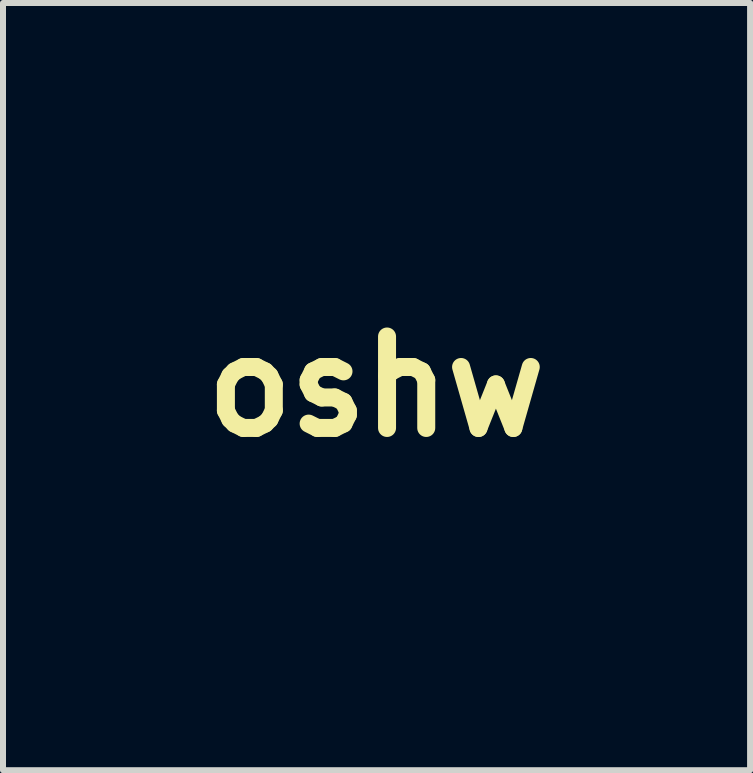
<source format=kicad_pcb>
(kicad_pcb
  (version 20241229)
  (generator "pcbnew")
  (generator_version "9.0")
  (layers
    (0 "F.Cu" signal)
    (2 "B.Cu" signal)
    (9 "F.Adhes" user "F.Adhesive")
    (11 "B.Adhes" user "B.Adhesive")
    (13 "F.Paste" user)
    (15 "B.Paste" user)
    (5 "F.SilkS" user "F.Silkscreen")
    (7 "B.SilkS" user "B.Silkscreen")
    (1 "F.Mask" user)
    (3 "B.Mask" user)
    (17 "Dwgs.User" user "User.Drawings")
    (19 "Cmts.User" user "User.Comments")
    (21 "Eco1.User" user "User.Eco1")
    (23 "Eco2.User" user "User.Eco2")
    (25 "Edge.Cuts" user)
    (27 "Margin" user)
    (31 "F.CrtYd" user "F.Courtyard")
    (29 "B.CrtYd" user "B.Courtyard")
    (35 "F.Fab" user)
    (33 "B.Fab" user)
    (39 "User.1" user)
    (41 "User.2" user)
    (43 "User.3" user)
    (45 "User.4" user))
  (footprint "oshw"
    (layer "F.Cu")
    (at 3.218 3.392)
    (property "Reference" "oshw" (at 0 0 0) (layer "F.SilkS") (effects (font (size 1.524 1.524) (thickness 0.3))))
    (attr through_hole)
    (fp_poly (pts (xy 2.013 1.641) (xy 2.044 1.65) (xy 2.073 1.661) (xy 2.096 1.673) (xy 2.107 1.684) (xy 2.108 1.687) (xy 2.103 1.697) (xy 2.09 1.717) (xy 2.07 1.742) (xy 2.061 1.754) (xy 2.014 1.811) (xy 1.979 1.794) (xy 1.936 1.78) (xy 1.893 1.782) (xy 1.854 1.798) (xy 1.822 1.827) (xy 1.81 1.846) (xy 1.805 1.857) (xy 1.802 1.87) (xy 1.799 1.889) (xy 1.797 1.914) (xy 1.796 1.948) (xy 1.795 1.994) (xy 1.795 2.053) (xy 1.795 2.098) (xy 1.795 2.32) (xy 1.651 2.32) (xy 1.651 1.643) (xy 1.795 1.643) (xy 1.795 1.702) (xy 1.828 1.678) (xy 1.881 1.649) (xy 1.941 1.636) (xy 1.984 1.636) (xy 2.013 1.641)) (stroke (width 0.01) (type solid)) (fill yes) (layer "F.Mask"))
    (fp_poly (pts (xy 1.872 2.709) (xy 1.917 2.729) (xy 1.949 2.749) (xy 1.9 2.807) (xy 1.878 2.834) (xy 1.861 2.855) (xy 1.85 2.867) (xy 1.848 2.87) (xy 1.84 2.868) (xy 1.821 2.861) (xy 1.807 2.854) (xy 1.763 2.84) (xy 1.722 2.842) (xy 1.684 2.862) (xy 1.648 2.897) (xy 1.647 2.899) (xy 1.642 2.907) (xy 1.638 2.916) (xy 1.635 2.929) (xy 1.633 2.947) (xy 1.631 2.973) (xy 1.629 3.008) (xy 1.629 3.056) (xy 1.628 3.117) (xy 1.627 3.154) (xy 1.625 3.387) (xy 1.482 3.387) (xy 1.482 2.701) (xy 1.626 2.701) (xy 1.626 2.772) (xy 1.649 2.75) (xy 1.676 2.728) (xy 1.704 2.714) (xy 1.74 2.703) (xy 1.754 2.701) (xy 1.814 2.697) (xy 1.872 2.709)) (stroke (width 0.01) (type solid)) (fill yes) (layer "F.Mask"))
    (fp_poly (pts (xy 1.109 1.861) (xy 1.109 1.928) (xy 1.109 1.98) (xy 1.11 2.02) (xy 1.111 2.049) (xy 1.113 2.071) (xy 1.116 2.087) (xy 1.12 2.099) (xy 1.125 2.111) (xy 1.128 2.117) (xy 1.156 2.152) (xy 1.19 2.175) (xy 1.229 2.184) (xy 1.269 2.18) (xy 1.307 2.163) (xy 1.339 2.133) (xy 1.35 2.117) (xy 1.355 2.107) (xy 1.359 2.095) (xy 1.363 2.08) (xy 1.365 2.06) (xy 1.367 2.031) (xy 1.368 1.992) (xy 1.369 1.941) (xy 1.37 1.876) (xy 1.37 1.865) (xy 1.373 1.643) (xy 1.507 1.643) (xy 1.507 2.32) (xy 1.372 2.32) (xy 1.372 2.251) (xy 1.338 2.28) (xy 1.289 2.311) (xy 1.235 2.327) (xy 1.177 2.328) (xy 1.118 2.313) (xy 1.091 2.301) (xy 1.04 2.266) (xy 1.002 2.221) (xy 0.978 2.166) (xy 0.974 2.15) (xy 0.972 2.129) (xy 0.969 2.093) (xy 0.967 2.045) (xy 0.966 1.987) (xy 0.965 1.921) (xy 0.965 1.875) (xy 0.965 1.643) (xy 1.109 1.643) (xy 1.109 1.861)) (stroke (width 0.01) (type solid)) (fill yes) (layer "F.Mask"))
    (fp_poly (pts (xy -0.89 2.698) (xy -0.833 2.713) (xy -0.815 2.721) (xy -0.791 2.734) (xy -0.775 2.744) (xy -0.77 2.748) (xy -0.775 2.757) (xy -0.789 2.774) (xy -0.807 2.797) (xy -0.827 2.821) (xy -0.846 2.844) (xy -0.862 2.861) (xy -0.87 2.87) (xy -0.871 2.87) (xy -0.88 2.867) (xy -0.9 2.858) (xy -0.912 2.853) (xy -0.955 2.84) (xy -0.997 2.843) (xy -1.035 2.862) (xy -1.066 2.894) (xy -1.073 2.907) (xy -1.078 2.917) (xy -1.081 2.931) (xy -1.084 2.949) (xy -1.086 2.976) (xy -1.088 3.012) (xy -1.089 3.059) (xy -1.09 3.121) (xy -1.091 3.16) (xy -1.093 3.387) (xy -1.159 3.387) (xy -1.191 3.386) (xy -1.216 3.384) (xy -1.23 3.382) (xy -1.23 3.381) (xy -1.232 3.372) (xy -1.233 3.347) (xy -1.234 3.309) (xy -1.235 3.26) (xy -1.235 3.201) (xy -1.236 3.135) (xy -1.236 3.062) (xy -1.236 3.038) (xy -1.236 2.701) (xy -1.092 2.701) (xy -1.092 2.768) (xy -1.054 2.739) (xy -1.004 2.712) (xy -0.949 2.698) (xy -0.89 2.698)) (stroke (width 0.01) (type solid)) (fill yes) (layer "F.Mask"))
    (fp_poly (pts (xy -0.885 1.64) (xy -0.876 1.643) (xy -0.829 1.663) (xy -0.785 1.696) (xy -0.75 1.736) (xy -0.737 1.758) (xy -0.731 1.77) (xy -0.726 1.781) (xy -0.722 1.794) (xy -0.719 1.811) (xy -0.717 1.833) (xy -0.716 1.863) (xy -0.715 1.902) (xy -0.714 1.953) (xy -0.713 2.018) (xy -0.713 2.06) (xy -0.71 2.32) (xy -0.855 2.32) (xy -0.855 2.102) (xy -0.855 2.035) (xy -0.855 1.983) (xy -0.856 1.943) (xy -0.857 1.913) (xy -0.859 1.892) (xy -0.862 1.875) (xy -0.866 1.862) (xy -0.872 1.85) (xy -0.874 1.845) (xy -0.9 1.809) (xy -0.934 1.787) (xy -0.977 1.78) (xy -0.993 1.781) (xy -1.038 1.791) (xy -1.073 1.815) (xy -1.094 1.846) (xy -1.099 1.857) (xy -1.102 1.87) (xy -1.105 1.889) (xy -1.107 1.914) (xy -1.108 1.948) (xy -1.109 1.994) (xy -1.109 2.053) (xy -1.109 2.098) (xy -1.109 2.32) (xy -1.253 2.32) (xy -1.253 1.643) (xy -1.109 1.643) (xy -1.109 1.705) (xy -1.09 1.687) (xy -1.048 1.659) (xy -0.996 1.641) (xy -0.94 1.635) (xy -0.885 1.64)) (stroke (width 0.01) (type solid)) (fill yes) (layer "F.Mask"))
    (fp_poly (pts (xy 2.428 1.636) (xy 2.495 1.652) (xy 2.558 1.681) (xy 2.617 1.725) (xy 2.618 1.726) (xy 2.633 1.741) (xy 2.641 1.752) (xy 2.642 1.753) (xy 2.636 1.761) (xy 2.62 1.777) (xy 2.597 1.798) (xy 2.591 1.803) (xy 2.54 1.847) (xy 2.513 1.824) (xy 2.465 1.794) (xy 2.414 1.779) (xy 2.363 1.781) (xy 2.323 1.794) (xy 2.286 1.818) (xy 2.26 1.853) (xy 2.243 1.899) (xy 2.236 1.958) (xy 2.235 1.981) (xy 2.24 2.045) (xy 2.253 2.095) (xy 2.276 2.134) (xy 2.309 2.161) (xy 2.323 2.168) (xy 2.375 2.183) (xy 2.426 2.181) (xy 2.476 2.163) (xy 2.512 2.138) (xy 2.54 2.115) (xy 2.591 2.16) (xy 2.615 2.181) (xy 2.632 2.199) (xy 2.641 2.209) (xy 2.642 2.21) (xy 2.635 2.221) (xy 2.617 2.238) (xy 2.592 2.258) (xy 2.564 2.277) (xy 2.535 2.294) (xy 2.523 2.3) (xy 2.468 2.319) (xy 2.405 2.327) (xy 2.34 2.323) (xy 2.289 2.311) (xy 2.231 2.284) (xy 2.193 2.255) (xy 2.152 2.211) (xy 2.122 2.161) (xy 2.103 2.102) (xy 2.093 2.034) (xy 2.093 1.955) (xy 2.099 1.889) (xy 2.11 1.835) (xy 2.128 1.79) (xy 2.156 1.749) (xy 2.184 1.718) (xy 2.237 1.676) (xy 2.297 1.649) (xy 2.362 1.635) (xy 2.428 1.636)) (stroke (width 0.01) (type solid)) (fill yes) (layer "F.Mask"))
    (fp_poly (pts (xy -0.229 3.387) (xy -0.373 3.387) (xy -0.373 3.316) (xy -0.392 3.334) (xy -0.433 3.362) (xy -0.484 3.38) (xy -0.54 3.387) (xy -0.595 3.383) (xy -0.647 3.367) (xy -0.65 3.365) (xy -0.7 3.331) (xy -0.737 3.287) (xy -0.757 3.243) (xy -0.767 3.203) (xy -0.773 3.152) (xy -0.776 3.094) (xy -0.776 3.058) (xy -0.632 3.058) (xy -0.628 3.108) (xy -0.618 3.161) (xy -0.603 3.199) (xy -0.58 3.224) (xy -0.548 3.238) (xy -0.506 3.243) (xy -0.505 3.243) (xy -0.475 3.24) (xy -0.448 3.234) (xy -0.441 3.23) (xy -0.418 3.214) (xy -0.4 3.189) (xy -0.388 3.154) (xy -0.38 3.107) (xy -0.376 3.059) (xy -0.377 3.009) (xy -0.381 2.961) (xy -0.389 2.921) (xy -0.401 2.893) (xy -0.402 2.891) (xy -0.429 2.861) (xy -0.466 2.845) (xy -0.504 2.841) (xy -0.549 2.847) (xy -0.584 2.866) (xy -0.606 2.891) (xy -0.618 2.919) (xy -0.626 2.959) (xy -0.631 3.007) (xy -0.632 3.058) (xy -0.776 3.058) (xy -0.776 3.032) (xy -0.774 2.971) (xy -0.769 2.913) (xy -0.762 2.864) (xy -0.752 2.826) (xy -0.746 2.813) (xy -0.713 2.766) (xy -0.668 2.73) (xy -0.614 2.707) (xy -0.553 2.698) (xy -0.55 2.698) (xy -0.495 2.704) (xy -0.443 2.721) (xy -0.4 2.746) (xy -0.392 2.754) (xy -0.373 2.772) (xy -0.373 2.43) (xy -0.229 2.43) (xy -0.229 3.387)) (stroke (width 0.01) (type solid)) (fill yes) (layer "F.Mask"))
    (fp_poly (pts (xy 2.284 2.703) (xy 2.344 2.723) (xy 2.381 2.743) (xy 2.427 2.782) (xy 2.461 2.831) (xy 2.484 2.889) (xy 2.496 2.96) (xy 2.498 3.01) (xy 2.498 3.099) (xy 2.081 3.099) (xy 2.087 3.131) (xy 2.103 3.178) (xy 2.132 3.215) (xy 2.171 3.239) (xy 2.221 3.25) (xy 2.237 3.251) (xy 2.277 3.247) (xy 2.316 3.235) (xy 2.347 3.218) (xy 2.361 3.206) (xy 2.37 3.197) (xy 2.38 3.193) (xy 2.393 3.197) (xy 2.411 3.209) (xy 2.437 3.231) (xy 2.46 3.251) (xy 2.491 3.278) (xy 2.467 3.303) (xy 2.447 3.32) (xy 2.417 3.339) (xy 2.388 3.355) (xy 2.36 3.368) (xy 2.337 3.376) (xy 2.311 3.381) (xy 2.279 3.383) (xy 2.248 3.384) (xy 2.21 3.384) (xy 2.175 3.383) (xy 2.15 3.381) (xy 2.142 3.379) (xy 2.08 3.35) (xy 2.026 3.308) (xy 1.986 3.257) (xy 1.964 3.207) (xy 1.949 3.147) (xy 1.942 3.079) (xy 1.943 3.008) (xy 1.946 2.98) (xy 2.081 2.98) (xy 2.354 2.98) (xy 2.354 2.961) (xy 2.347 2.927) (xy 2.327 2.892) (xy 2.3 2.862) (xy 2.278 2.846) (xy 2.234 2.832) (xy 2.191 2.834) (xy 2.152 2.849) (xy 2.12 2.877) (xy 2.096 2.916) (xy 2.087 2.949) (xy 2.081 2.98) (xy 1.946 2.98) (xy 1.952 2.938) (xy 1.968 2.873) (xy 1.979 2.845) (xy 2.011 2.793) (xy 2.053 2.752) (xy 2.104 2.722) (xy 2.162 2.703) (xy 2.222 2.697) (xy 2.284 2.703)) (stroke (width 0.01) (type solid)) (fill yes) (layer "F.Mask"))
    (fp_poly (pts (xy 0.597 1.636) (xy 0.666 1.648) (xy 0.727 1.675) (xy 0.778 1.714) (xy 0.819 1.767) (xy 0.833 1.794) (xy 0.839 1.81) (xy 0.844 1.826) (xy 0.847 1.846) (xy 0.849 1.873) (xy 0.851 1.909) (xy 0.851 1.958) (xy 0.851 1.981) (xy 0.851 2.036) (xy 0.85 2.077) (xy 0.848 2.107) (xy 0.846 2.129) (xy 0.841 2.147) (xy 0.836 2.162) (xy 0.833 2.169) (xy 0.797 2.227) (xy 0.751 2.272) (xy 0.695 2.303) (xy 0.63 2.321) (xy 0.595 2.325) (xy 0.56 2.325) (xy 0.528 2.324) (xy 0.505 2.321) (xy 0.504 2.321) (xy 0.447 2.299) (xy 0.397 2.266) (xy 0.356 2.224) (xy 0.33 2.181) (xy 0.315 2.134) (xy 0.304 2.075) (xy 0.298 2.01) (xy 0.298 1.969) (xy 0.44 1.969) (xy 0.442 2.02) (xy 0.448 2.067) (xy 0.459 2.106) (xy 0.469 2.127) (xy 0.499 2.159) (xy 0.539 2.178) (xy 0.583 2.183) (xy 0.628 2.174) (xy 0.644 2.167) (xy 0.67 2.15) (xy 0.688 2.129) (xy 0.7 2.099) (xy 0.708 2.06) (xy 0.711 2.007) (xy 0.711 1.981) (xy 0.709 1.923) (xy 0.704 1.878) (xy 0.695 1.845) (xy 0.679 1.821) (xy 0.657 1.803) (xy 0.638 1.794) (xy 0.59 1.78) (xy 0.545 1.782) (xy 0.505 1.799) (xy 0.472 1.831) (xy 0.463 1.845) (xy 0.451 1.876) (xy 0.443 1.919) (xy 0.44 1.969) (xy 0.298 1.969) (xy 0.298 1.943) (xy 0.303 1.88) (xy 0.314 1.825) (xy 0.316 1.817) (xy 0.343 1.758) (xy 0.382 1.709) (xy 0.432 1.671) (xy 0.491 1.647) (xy 0.558 1.636) (xy 0.597 1.636)) (stroke (width 0.01) (type solid)) (fill yes) (layer "F.Mask"))
    (fp_poly (pts (xy -1.611 1.636) (xy -1.549 1.651) (xy -1.492 1.679) (xy -1.442 1.719) (xy -1.402 1.771) (xy -1.39 1.795) (xy -1.38 1.819) (xy -1.373 1.842) (xy -1.369 1.871) (xy -1.366 1.908) (xy -1.365 1.941) (xy -1.361 2.04) (xy -1.778 2.04) (xy -1.778 2.06) (xy -1.774 2.079) (xy -1.765 2.105) (xy -1.759 2.117) (xy -1.731 2.154) (xy -1.695 2.179) (xy -1.651 2.191) (xy -1.603 2.19) (xy -1.554 2.177) (xy -1.506 2.149) (xy -1.503 2.147) (xy -1.476 2.126) (xy -1.426 2.172) (xy -1.376 2.217) (xy -1.401 2.243) (xy -1.422 2.261) (xy -1.452 2.281) (xy -1.479 2.296) (xy -1.51 2.31) (xy -1.538 2.318) (xy -1.57 2.323) (xy -1.606 2.325) (xy -1.645 2.325) (xy -1.68 2.324) (xy -1.708 2.321) (xy -1.713 2.32) (xy -1.761 2.303) (xy -1.805 2.275) (xy -1.83 2.254) (xy -1.869 2.209) (xy -1.897 2.152) (xy -1.915 2.084) (xy -1.922 2.003) (xy -1.922 1.984) (xy -1.917 1.913) (xy -1.78 1.913) (xy -1.644 1.913) (xy -1.593 1.913) (xy -1.556 1.913) (xy -1.532 1.911) (xy -1.517 1.909) (xy -1.51 1.906) (xy -1.507 1.901) (xy -1.507 1.898) (xy -1.512 1.876) (xy -1.526 1.847) (xy -1.544 1.818) (xy -1.563 1.796) (xy -1.569 1.791) (xy -1.598 1.778) (xy -1.636 1.773) (xy -1.674 1.776) (xy -1.707 1.786) (xy -1.715 1.791) (xy -1.751 1.826) (xy -1.772 1.866) (xy -1.775 1.882) (xy -1.78 1.913) (xy -1.917 1.913) (xy -1.916 1.896) (xy -1.899 1.821) (xy -1.87 1.758) (xy -1.829 1.707) (xy -1.777 1.669) (xy -1.739 1.651) (xy -1.675 1.636) (xy -1.611 1.636)) (stroke (width 0.01) (type solid)) (fill yes) (layer "F.Mask"))
    (fp_poly (pts (xy -2.89 1.639) (xy -2.827 1.656) (xy -2.772 1.687) (xy -2.726 1.729) (xy -2.692 1.782) (xy -2.674 1.831) (xy -2.669 1.864) (xy -2.665 1.91) (xy -2.663 1.962) (xy -2.663 2.015) (xy -2.666 2.066) (xy -2.67 2.108) (xy -2.674 2.131) (xy -2.698 2.191) (xy -2.734 2.241) (xy -2.781 2.281) (xy -2.836 2.309) (xy -2.898 2.325) (xy -2.964 2.327) (xy -3.023 2.317) (xy -3.083 2.292) (xy -3.135 2.253) (xy -3.177 2.202) (xy -3.195 2.168) (xy -3.202 2.152) (xy -3.207 2.136) (xy -3.21 2.115) (xy -3.212 2.088) (xy -3.213 2.051) (xy -3.213 2.002) (xy -3.213 1.982) (xy -3.074 1.982) (xy -3.074 2.026) (xy -3.072 2.057) (xy -3.068 2.08) (xy -3.062 2.1) (xy -3.055 2.115) (xy -3.029 2.152) (xy -2.996 2.174) (xy -2.954 2.183) (xy -2.931 2.182) (xy -2.894 2.176) (xy -2.866 2.163) (xy -2.863 2.162) (xy -2.841 2.143) (xy -2.826 2.122) (xy -2.815 2.095) (xy -2.81 2.061) (xy -2.807 2.014) (xy -2.807 1.981) (xy -2.807 1.933) (xy -2.809 1.898) (xy -2.812 1.874) (xy -2.818 1.856) (xy -2.821 1.849) (xy -2.85 1.813) (xy -2.887 1.79) (xy -2.931 1.78) (xy -2.978 1.785) (xy -3 1.794) (xy -3.028 1.81) (xy -3.049 1.831) (xy -3.062 1.86) (xy -3.07 1.9) (xy -3.074 1.952) (xy -3.074 1.982) (xy -3.213 1.982) (xy -3.213 1.981) (xy -3.213 1.926) (xy -3.212 1.886) (xy -3.211 1.855) (xy -3.208 1.833) (xy -3.204 1.816) (xy -3.198 1.8) (xy -3.195 1.794) (xy -3.16 1.736) (xy -3.113 1.69) (xy -3.056 1.658) (xy -2.991 1.639) (xy -2.96 1.636) (xy -2.89 1.639)) (stroke (width 0.01) (type solid)) (fill yes) (layer "F.Mask"))
    (fp_poly (pts (xy 2.99 1.639) (xy 3.019 1.642) (xy 3.043 1.648) (xy 3.069 1.659) (xy 3.075 1.662) (xy 3.128 1.697) (xy 3.172 1.744) (xy 3.204 1.798) (xy 3.209 1.809) (xy 3.217 1.836) (xy 3.222 1.866) (xy 3.225 1.904) (xy 3.226 1.948) (xy 3.226 2.04) (xy 3.018 2.04) (xy 2.952 2.04) (xy 2.9 2.041) (xy 2.863 2.042) (xy 2.836 2.044) (xy 2.82 2.048) (xy 2.813 2.055) (xy 2.811 2.064) (xy 2.815 2.077) (xy 2.822 2.093) (xy 2.824 2.098) (xy 2.85 2.142) (xy 2.886 2.173) (xy 2.932 2.189) (xy 2.972 2.193) (xy 2.999 2.189) (xy 3.031 2.178) (xy 3.064 2.163) (xy 3.089 2.147) (xy 3.098 2.139) (xy 3.105 2.133) (xy 3.114 2.132) (xy 3.127 2.138) (xy 3.147 2.153) (xy 3.175 2.177) (xy 3.188 2.188) (xy 3.222 2.218) (xy 3.196 2.239) (xy 3.131 2.285) (xy 3.062 2.315) (xy 2.99 2.328) (xy 2.916 2.325) (xy 2.859 2.312) (xy 2.8 2.285) (xy 2.752 2.245) (xy 2.715 2.192) (xy 2.689 2.126) (xy 2.674 2.056) (xy 2.67 1.976) (xy 2.675 1.913) (xy 2.81 1.913) (xy 3.084 1.913) (xy 3.079 1.882) (xy 3.065 1.84) (xy 3.04 1.808) (xy 3.006 1.785) (xy 2.968 1.773) (xy 2.929 1.772) (xy 2.89 1.784) (xy 2.857 1.808) (xy 2.841 1.828) (xy 2.826 1.855) (xy 2.816 1.881) (xy 2.815 1.886) (xy 2.81 1.913) (xy 2.675 1.913) (xy 2.676 1.899) (xy 2.692 1.829) (xy 2.718 1.768) (xy 2.753 1.718) (xy 2.757 1.714) (xy 2.796 1.679) (xy 2.835 1.656) (xy 2.881 1.643) (xy 2.936 1.639) (xy 2.951 1.638) (xy 2.99 1.639)) (stroke (width 0.01) (type solid)) (fill yes) (layer "F.Mask"))
    (fp_poly (pts (xy -1.595 2.699) (xy -1.559 2.703) (xy -1.529 2.709) (xy -1.505 2.717) (xy -1.456 2.744) (xy -1.417 2.781) (xy -1.39 2.826) (xy -1.381 2.854) (xy -1.378 2.875) (xy -1.376 2.91) (xy -1.374 2.958) (xy -1.373 3.016) (xy -1.372 3.082) (xy -1.372 3.142) (xy -1.372 3.387) (xy -1.516 3.387) (xy -1.516 3.335) (xy -1.546 3.359) (xy -1.562 3.369) (xy -1.577 3.376) (xy -1.596 3.381) (xy -1.624 3.383) (xy -1.663 3.384) (xy -1.702 3.384) (xy -1.736 3.383) (xy -1.761 3.381) (xy -1.77 3.379) (xy -1.823 3.354) (xy -1.865 3.319) (xy -1.896 3.275) (xy -1.915 3.226) (xy -1.921 3.174) (xy -1.921 3.173) (xy -1.782 3.173) (xy -1.776 3.202) (xy -1.757 3.227) (xy -1.742 3.237) (xy -1.717 3.245) (xy -1.682 3.249) (xy -1.642 3.251) (xy -1.603 3.25) (xy -1.572 3.246) (xy -1.562 3.243) (xy -1.541 3.226) (xy -1.525 3.197) (xy -1.517 3.158) (xy -1.516 3.137) (xy -1.516 3.099) (xy -1.61 3.099) (xy -1.666 3.1) (xy -1.707 3.104) (xy -1.737 3.112) (xy -1.757 3.124) (xy -1.772 3.14) (xy -1.773 3.143) (xy -1.782 3.173) (xy -1.921 3.173) (xy -1.914 3.122) (xy -1.892 3.073) (xy -1.868 3.041) (xy -1.848 3.021) (xy -1.826 3.006) (xy -1.8 2.996) (xy -1.767 2.989) (xy -1.723 2.985) (xy -1.667 2.982) (xy -1.649 2.982) (xy -1.516 2.979) (xy -1.516 2.933) (xy -1.52 2.894) (xy -1.535 2.866) (xy -1.562 2.847) (xy -1.6 2.836) (xy -1.657 2.831) (xy -1.707 2.838) (xy -1.748 2.857) (xy -1.751 2.859) (xy -1.779 2.88) (xy -1.81 2.858) (xy -1.837 2.839) (xy -1.862 2.82) (xy -1.867 2.816) (xy -1.892 2.796) (xy -1.857 2.762) (xy -1.822 2.734) (xy -1.783 2.715) (xy -1.737 2.704) (xy -1.679 2.699) (xy -1.643 2.698) (xy -1.595 2.699)) (stroke (width 0.01) (type solid)) (fill yes) (layer "F.Mask"))
    (fp_poly (pts (xy -0.002 1.638) (xy 0.029 1.642) (xy 0.067 1.652) (xy 0.11 1.667) (xy 0.151 1.686) (xy 0.185 1.705) (xy 0.198 1.714) (xy 0.205 1.72) (xy 0.208 1.726) (xy 0.206 1.735) (xy 0.197 1.749) (xy 0.18 1.771) (xy 0.153 1.803) (xy 0.15 1.807) (xy 0.13 1.831) (xy 0.075 1.804) (xy 0.032 1.787) (xy -0.011 1.775) (xy -0.028 1.772) (xy -0.074 1.772) (xy -0.112 1.781) (xy -0.142 1.797) (xy -0.159 1.819) (xy -0.164 1.846) (xy -0.16 1.86) (xy -0.152 1.874) (xy -0.138 1.885) (xy -0.115 1.894) (xy -0.081 1.901) (xy -0.034 1.908) (xy -0.011 1.91) (xy 0.032 1.916) (xy 0.072 1.922) (xy 0.103 1.929) (xy 0.121 1.935) (xy 0.166 1.964) (xy 0.199 2.005) (xy 0.216 2.043) (xy 0.227 2.105) (xy 0.222 2.162) (xy 0.202 2.212) (xy 0.168 2.255) (xy 0.118 2.29) (xy 0.1 2.299) (xy 0.068 2.311) (xy 0.037 2.319) (xy 0.001 2.323) (xy -0.029 2.325) (xy -0.069 2.325) (xy -0.107 2.324) (xy -0.137 2.321) (xy -0.143 2.32) (xy -0.179 2.309) (xy -0.221 2.292) (xy -0.264 2.27) (xy -0.303 2.248) (xy -0.328 2.229) (xy -0.356 2.206) (xy -0.306 2.156) (xy -0.256 2.107) (xy -0.213 2.138) (xy -0.153 2.172) (xy -0.091 2.189) (xy -0.043 2.192) (xy 0.003 2.187) (xy 0.04 2.173) (xy 0.067 2.152) (xy 0.082 2.126) (xy 0.082 2.097) (xy 0.075 2.082) (xy 0.064 2.07) (xy 0.045 2.061) (xy 0.015 2.054) (xy -0.027 2.048) (xy -0.063 2.044) (xy -0.135 2.033) (xy -0.192 2.017) (xy -0.236 1.995) (xy -0.268 1.967) (xy -0.29 1.93) (xy -0.304 1.885) (xy -0.304 1.884) (xy -0.308 1.823) (xy -0.297 1.769) (xy -0.272 1.723) (xy -0.234 1.686) (xy -0.183 1.658) (xy -0.121 1.641) (xy -0.085 1.636) (xy -0.044 1.636) (xy -0.002 1.638)) (stroke (width 0.01) (type solid)) (fill yes) (layer "F.Mask"))
    (fp_poly (pts (xy -0.006 2.744) (xy 0.000289 2.765) (xy 0.01 2.799) (xy 0.022 2.843) (xy 0.036 2.894) (xy 0.051 2.949) (xy 0.056 2.968) (xy 0.071 3.021) (xy 0.084 3.067) (xy 0.095 3.105) (xy 0.104 3.133) (xy 0.109 3.148) (xy 0.11 3.15) (xy 0.114 3.142) (xy 0.122 3.12) (xy 0.134 3.086) (xy 0.149 3.042) (xy 0.166 2.991) (xy 0.185 2.933) (xy 0.187 2.927) (xy 0.259 2.705) (xy 0.367 2.705) (xy 0.439 2.931) (xy 0.458 2.989) (xy 0.475 3.041) (xy 0.491 3.085) (xy 0.503 3.118) (xy 0.512 3.14) (xy 0.517 3.148) (xy 0.517 3.147) (xy 0.521 3.137) (xy 0.528 3.112) (xy 0.539 3.075) (xy 0.552 3.029) (xy 0.566 2.976) (xy 0.58 2.925) (xy 0.596 2.868) (xy 0.61 2.816) (xy 0.623 2.772) (xy 0.633 2.737) (xy 0.64 2.715) (xy 0.643 2.707) (xy 0.654 2.704) (xy 0.677 2.702) (xy 0.709 2.702) (xy 0.721 2.703) (xy 0.793 2.705) (xy 0.685 3.044) (xy 0.577 3.382) (xy 0.451 3.387) (xy 0.385 3.165) (xy 0.368 3.106) (xy 0.352 3.053) (xy 0.338 3.007) (xy 0.326 2.971) (xy 0.318 2.947) (xy 0.314 2.936) (xy 0.314 2.936) (xy 0.311 2.943) (xy 0.303 2.963) (xy 0.292 2.996) (xy 0.278 3.039) (xy 0.262 3.09) (xy 0.244 3.148) (xy 0.241 3.158) (xy 0.174 3.387) (xy 0.113 3.387) (xy 0.082 3.386) (xy 0.059 3.384) (xy 0.048 3.381) (xy 0.048 3.38) (xy 0.045 3.371) (xy 0.037 3.348) (xy 0.025 3.311) (xy 0.01 3.264) (xy -0.008 3.208) (xy -0.029 3.144) (xy -0.051 3.075) (xy -0.059 3.048) (xy -0.082 2.977) (xy -0.103 2.91) (xy -0.122 2.851) (xy -0.139 2.799) (xy -0.152 2.758) (xy -0.161 2.729) (xy -0.166 2.713) (xy -0.167 2.711) (xy -0.165 2.706) (xy -0.151 2.703) (xy -0.125 2.701) (xy -0.095 2.701) (xy -0.018 2.701) (xy -0.006 2.744)) (stroke (width 0.01) (type solid)) (fill yes) (layer "F.Mask"))
    (fp_poly (pts (xy 1.148 2.702) (xy 1.193 2.711) (xy 1.194 2.712) (xy 1.243 2.733) (xy 1.285 2.765) (xy 1.317 2.804) (xy 1.326 2.821) (xy 1.33 2.833) (xy 1.334 2.848) (xy 1.337 2.866) (xy 1.339 2.891) (xy 1.341 2.924) (xy 1.342 2.968) (xy 1.343 3.024) (xy 1.344 3.094) (xy 1.344 3.122) (xy 1.348 3.387) (xy 1.202 3.387) (xy 1.202 3.355) (xy 1.201 3.336) (xy 1.198 3.331) (xy 1.193 3.339) (xy 1.18 3.352) (xy 1.158 3.366) (xy 1.148 3.37) (xy 1.115 3.38) (xy 1.071 3.385) (xy 1.023 3.386) (xy 0.976 3.382) (xy 0.937 3.374) (xy 0.932 3.373) (xy 0.88 3.346) (xy 0.839 3.309) (xy 0.811 3.262) (xy 0.797 3.208) (xy 0.797 3.162) (xy 0.933 3.162) (xy 0.934 3.191) (xy 0.948 3.218) (xy 0.968 3.234) (xy 0.994 3.244) (xy 1.031 3.25) (xy 1.072 3.252) (xy 1.113 3.25) (xy 1.147 3.244) (xy 1.16 3.238) (xy 1.182 3.218) (xy 1.196 3.183) (xy 1.202 3.137) (xy 1.202 3.131) (xy 1.202 3.099) (xy 1.103 3.099) (xy 1.055 3.099) (xy 1.021 3.102) (xy 0.996 3.106) (xy 0.977 3.112) (xy 0.974 3.114) (xy 0.947 3.135) (xy 0.933 3.162) (xy 0.797 3.162) (xy 0.797 3.149) (xy 0.805 3.113) (xy 0.823 3.075) (xy 0.853 3.038) (xy 0.892 3.008) (xy 0.901 3.003) (xy 0.916 2.996) (xy 0.933 2.991) (xy 0.954 2.987) (xy 0.983 2.985) (xy 1.023 2.983) (xy 1.07 2.982) (xy 1.204 2.979) (xy 1.201 2.928) (xy 1.195 2.89) (xy 1.182 2.864) (xy 1.158 2.848) (xy 1.122 2.837) (xy 1.118 2.836) (xy 1.065 2.831) (xy 1.018 2.835) (xy 0.979 2.849) (xy 0.966 2.858) (xy 0.949 2.872) (xy 0.937 2.878) (xy 0.936 2.879) (xy 0.926 2.874) (xy 0.908 2.861) (xy 0.885 2.844) (xy 0.862 2.825) (xy 0.843 2.809) (xy 0.831 2.797) (xy 0.83 2.794) (xy 0.837 2.782) (xy 0.855 2.764) (xy 0.88 2.746) (xy 0.908 2.728) (xy 0.935 2.715) (xy 0.941 2.713) (xy 0.984 2.703) (xy 1.037 2.698) (xy 1.094 2.698) (xy 1.148 2.702)) (stroke (width 0.01) (type solid)) (fill yes) (layer "F.Mask"))
    (fp_poly (pts (xy -2.165 1.648) (xy -2.116 1.67) (xy -2.073 1.702) (xy -2.04 1.745) (xy -2.023 1.786) (xy -2.02 1.805) (xy -2.016 1.837) (xy -2.013 1.879) (xy -2.01 1.925) (xy -2.009 1.939) (xy -2.008 2.027) (xy -2.012 2.1) (xy -2.021 2.16) (xy -2.036 2.206) (xy -2.045 2.223) (xy -2.08 2.267) (xy -2.124 2.299) (xy -2.176 2.32) (xy -2.231 2.327) (xy -2.287 2.322) (xy -2.341 2.303) (xy -2.376 2.282) (xy -2.394 2.268) (xy -2.406 2.261) (xy -2.408 2.261) (xy -2.409 2.269) (xy -2.41 2.292) (xy -2.411 2.327) (xy -2.412 2.374) (xy -2.413 2.429) (xy -2.413 2.491) (xy -2.413 2.515) (xy -2.413 2.768) (xy -2.375 2.739) (xy -2.347 2.721) (xy -2.318 2.708) (xy -2.305 2.703) (xy -2.262 2.698) (xy -2.217 2.699) (xy -2.175 2.704) (xy -2.149 2.712) (xy -2.109 2.736) (xy -2.07 2.77) (xy -2.039 2.811) (xy -2.03 2.826) (xy -2.025 2.838) (xy -2.02 2.85) (xy -2.017 2.864) (xy -2.014 2.882) (xy -2.012 2.906) (xy -2.011 2.938) (xy -2.01 2.981) (xy -2.009 3.036) (xy -2.008 3.105) (xy -2.008 3.126) (xy -2.005 3.387) (xy -2.151 3.387) (xy -2.151 3.174) (xy -2.151 3.094) (xy -2.152 3.029) (xy -2.155 2.978) (xy -2.158 2.944) (xy -2.16 2.928) (xy -2.179 2.893) (xy -2.208 2.863) (xy -2.244 2.843) (xy -2.257 2.84) (xy -2.292 2.84) (xy -2.33 2.852) (xy -2.364 2.871) (xy -2.381 2.888) (xy -2.39 2.903) (xy -2.398 2.92) (xy -2.403 2.943) (xy -2.407 2.973) (xy -2.41 3.013) (xy -2.411 3.063) (xy -2.412 3.128) (xy -2.413 3.186) (xy -2.413 3.387) (xy -2.479 3.387) (xy -2.511 3.386) (xy -2.537 3.384) (xy -2.55 3.382) (xy -2.551 3.381) (xy -2.552 3.372) (xy -2.553 3.347) (xy -2.554 3.308) (xy -2.554 3.254) (xy -2.555 3.189) (xy -2.555 3.112) (xy -2.556 3.025) (xy -2.556 2.929) (xy -2.557 2.825) (xy -2.557 2.715) (xy -2.557 2.599) (xy -2.557 2.509) (xy -2.557 1.986) (xy -2.4 1.986) (xy -2.4 2.035) (xy -2.399 2.071) (xy -2.396 2.095) (xy -2.393 2.112) (xy -2.387 2.125) (xy -2.385 2.128) (xy -2.355 2.159) (xy -2.317 2.178) (xy -2.275 2.184) (xy -2.233 2.177) (xy -2.211 2.167) (xy -2.19 2.151) (xy -2.175 2.13) (xy -2.164 2.102) (xy -2.158 2.064) (xy -2.155 2.013) (xy -2.155 1.981) (xy -2.155 1.935) (xy -2.157 1.901) (xy -2.16 1.877) (xy -2.165 1.859) (xy -2.172 1.842) (xy -2.172 1.841) (xy -2.198 1.809) (xy -2.233 1.787) (xy -2.273 1.778) (xy -2.314 1.782) (xy -2.346 1.797) (xy -2.366 1.812) (xy -2.38 1.829) (xy -2.39 1.85) (xy -2.396 1.878) (xy -2.399 1.917) (xy -2.4 1.969) (xy -2.4 1.986) (xy -2.557 1.986) (xy -2.557 1.643) (xy -2.414 1.643) (xy -2.411 1.673) (xy -2.409 1.703) (xy -2.38 1.681) (xy -2.329 1.653) (xy -2.275 1.639) (xy -2.219 1.637) (xy -2.165 1.648)) (stroke (width 0.01) (type solid)) (fill yes) (layer "F.Mask"))
    (fp_poly (pts (xy 0.354 -3.363) (xy 0.358 -3.35) (xy 0.364 -3.322) (xy 0.372 -3.281) (xy 0.382 -3.23) (xy 0.394 -3.17) (xy 0.406 -3.104) (xy 0.419 -3.035) (xy 0.432 -2.965) (xy 0.445 -2.899) (xy 0.457 -2.841) (xy 0.467 -2.79) (xy 0.476 -2.751) (xy 0.483 -2.725) (xy 0.487 -2.713) (xy 0.499 -2.703) (xy 0.528 -2.688) (xy 0.572 -2.667) (xy 0.632 -2.641) (xy 0.709 -2.609) (xy 0.718 -2.605) (xy 0.776 -2.581) (xy 0.829 -2.56) (xy 0.875 -2.542) (xy 0.912 -2.528) (xy 0.938 -2.518) (xy 0.951 -2.515) (xy 0.952 -2.515) (xy 0.962 -2.519) (xy 0.984 -2.533) (xy 1.017 -2.553) (xy 1.059 -2.581) (xy 1.109 -2.614) (xy 1.164 -2.651) (xy 1.224 -2.692) (xy 1.237 -2.701) (xy 1.299 -2.743) (xy 1.356 -2.781) (xy 1.407 -2.815) (xy 1.452 -2.844) (xy 1.488 -2.866) (xy 1.513 -2.881) (xy 1.526 -2.887) (xy 1.527 -2.887) (xy 1.537 -2.882) (xy 1.556 -2.868) (xy 1.584 -2.843) (xy 1.622 -2.808) (xy 1.67 -2.762) (xy 1.728 -2.704) (xy 1.781 -2.651) (xy 1.84 -2.592) (xy 1.888 -2.543) (xy 1.927 -2.504) (xy 1.956 -2.473) (xy 1.978 -2.45) (xy 1.993 -2.432) (xy 2.003 -2.419) (xy 2.008 -2.409) (xy 2.009 -2.402) (xy 2.008 -2.396) (xy 2.007 -2.394) (xy 2.001 -2.382) (xy 1.986 -2.358) (xy 1.963 -2.323) (xy 1.935 -2.28) (xy 1.901 -2.229) (xy 1.863 -2.174) (xy 1.822 -2.114) (xy 1.821 -2.112) (xy 1.78 -2.053) (xy 1.743 -1.998) (xy 1.71 -1.948) (xy 1.683 -1.906) (xy 1.662 -1.873) (xy 1.648 -1.85) (xy 1.643 -1.84) (xy 1.643 -1.84) (xy 1.646 -1.827) (xy 1.655 -1.801) (xy 1.67 -1.764) (xy 1.688 -1.72) (xy 1.709 -1.67) (xy 1.732 -1.617) (xy 1.756 -1.563) (xy 1.779 -1.512) (xy 1.8 -1.464) (xy 1.819 -1.423) (xy 1.835 -1.392) (xy 1.846 -1.372) (xy 1.849 -1.367) (xy 1.858 -1.362) (xy 1.872 -1.356) (xy 1.894 -1.349) (xy 1.926 -1.342) (xy 1.968 -1.333) (xy 2.022 -1.322) (xy 2.091 -1.309) (xy 2.155 -1.297) (xy 2.24 -1.281) (xy 2.31 -1.268) (xy 2.367 -1.257) (xy 2.411 -1.248) (xy 2.445 -1.241) (xy 2.47 -1.235) (xy 2.487 -1.23) (xy 2.498 -1.226) (xy 2.504 -1.222) (xy 2.508 -1.218) (xy 2.509 -1.214) (xy 2.511 -1.203) (xy 2.512 -1.177) (xy 2.513 -1.137) (xy 2.513 -1.087) (xy 2.514 -1.028) (xy 2.514 -0.961) (xy 2.515 -0.889) (xy 2.515 -0.881) (xy 2.515 -0.798) (xy 2.514 -0.731) (xy 2.514 -0.677) (xy 2.513 -0.635) (xy 2.512 -0.604) (xy 2.511 -0.581) (xy 2.508 -0.565) (xy 2.506 -0.554) (xy 2.502 -0.547) (xy 2.5 -0.544) (xy 2.493 -0.539) (xy 2.481 -0.533) (xy 2.462 -0.527) (xy 2.434 -0.521) (xy 2.397 -0.512) (xy 2.347 -0.502) (xy 2.285 -0.49) (xy 2.208 -0.476) (xy 2.18 -0.471) (xy 2.094 -0.455) (xy 2.024 -0.441) (xy 1.967 -0.43) (xy 1.924 -0.42) (xy 1.893 -0.413) (xy 1.873 -0.406) (xy 1.863 -0.401) (xy 1.862 -0.4) (xy 1.855 -0.388) (xy 1.843 -0.362) (xy 1.827 -0.326) (xy 1.808 -0.282) (xy 1.787 -0.231) (xy 1.765 -0.177) (xy 1.744 -0.122) (xy 1.722 -0.067) (xy 1.703 -0.016) (xy 1.686 0.029) (xy 1.673 0.066) (xy 1.665 0.093) (xy 1.661 0.107) (xy 1.661 0.108) (xy 1.667 0.118) (xy 1.681 0.141) (xy 1.703 0.174) (xy 1.73 0.216) (xy 1.763 0.265) (xy 1.8 0.319) (xy 1.835 0.37) (xy 1.875 0.428) (xy 1.912 0.483) (xy 1.944 0.531) (xy 1.972 0.573) (xy 1.993 0.605) (xy 2.006 0.627) (xy 2.011 0.636) (xy 2.011 0.642) (xy 2.007 0.651) (xy 1.998 0.664) (xy 1.983 0.682) (xy 1.96 0.707) (xy 1.93 0.739) (xy 1.891 0.779) (xy 1.841 0.829) (xy 1.781 0.89) (xy 1.713 0.958) (xy 1.655 1.015) (xy 1.607 1.06) (xy 1.57 1.094) (xy 1.545 1.116) (xy 1.53 1.126) (xy 1.528 1.126) (xy 1.518 1.121) (xy 1.495 1.108) (xy 1.461 1.087) (xy 1.419 1.06) (xy 1.369 1.028) (xy 1.314 0.991) (xy 1.258 0.952) (xy 1.188 0.905) (xy 1.131 0.866) (xy 1.085 0.836) (xy 1.049 0.813) (xy 1.023 0.798) (xy 1.004 0.788) (xy 0.992 0.784) (xy 0.987 0.784) (xy 0.973 0.79) (xy 0.948 0.802) (xy 0.914 0.819) (xy 0.876 0.839) (xy 0.869 0.843) (xy 0.822 0.868) (xy 0.789 0.885) (xy 0.765 0.896) (xy 0.749 0.901) (xy 0.739 0.901) (xy 0.732 0.897) (xy 0.725 0.888) (xy 0.725 0.887) (xy 0.718 0.874) (xy 0.705 0.847) (xy 0.688 0.807) (xy 0.667 0.757) (xy 0.642 0.698) (xy 0.614 0.631) (xy 0.584 0.559) (xy 0.552 0.482) (xy 0.519 0.402) (xy 0.486 0.321) (xy 0.453 0.241) (xy 0.422 0.163) (xy 0.392 0.088) (xy 0.364 0.018) (xy 0.339 -0.045) (xy 0.317 -0.099) (xy 0.3 -0.144) (xy 0.288 -0.177) (xy 0.281 -0.197) (xy 0.279 -0.203) (xy 0.283 -0.221) (xy 0.296 -0.237) (xy 0.311 -0.246) (xy 0.411 -0.316) (xy 0.497 -0.392) (xy 0.567 -0.476) (xy 0.623 -0.567) (xy 0.663 -0.665) (xy 0.687 -0.768) (xy 0.696 -0.877) (xy 0.696 -0.885) (xy 0.687 -0.992) (xy 0.663 -1.094) (xy 0.624 -1.189) (xy 0.571 -1.278) (xy 0.504 -1.358) (xy 0.425 -1.427) (xy 0.335 -1.485) (xy 0.302 -1.502) (xy 0.235 -1.532) (xy 0.174 -1.552) (xy 0.114 -1.564) (xy 0.047 -1.569) (xy 0.004 -1.57) (xy -0.069 -1.567) (xy -0.132 -1.559) (xy -0.192 -1.544) (xy -0.254 -1.52) (xy -0.293 -1.502) (xy -0.387 -1.448) (xy -0.47 -1.383) (xy -0.541 -1.306) (xy -0.599 -1.221) (xy -0.643 -1.127) (xy -0.672 -1.027) (xy -0.686 -0.922) (xy -0.687 -0.885) (xy -0.68 -0.775) (xy -0.656 -0.671) (xy -0.617 -0.573) (xy -0.563 -0.482) (xy -0.493 -0.398) (xy -0.409 -0.32) (xy -0.31 -0.251) (xy -0.303 -0.246) (xy -0.281 -0.231) (xy -0.272 -0.215) (xy -0.271 -0.203) (xy -0.274 -0.191) (xy -0.283 -0.166) (xy -0.297 -0.128) (xy -0.316 -0.08) (xy -0.339 -0.022) (xy -0.365 0.044) (xy -0.394 0.115) (xy -0.425 0.192) (xy -0.457 0.271) (xy -0.49 0.352) (xy -0.523 0.432) (xy -0.556 0.511) (xy -0.587 0.586) (xy -0.616 0.657) (xy -0.643 0.721) (xy -0.667 0.777) (xy -0.687 0.823) (xy -0.702 0.858) (xy -0.713 0.881) (xy -0.716 0.887) (xy -0.723 0.896) (xy -0.729 0.901) (xy -0.739 0.902) (xy -0.755 0.897) (xy -0.777 0.887) (xy -0.81 0.87) (xy -0.856 0.846) (xy -0.861 0.843) (xy -0.899 0.823) (xy -0.934 0.805) (xy -0.961 0.792) (xy -0.977 0.785) (xy -0.979 0.784) (xy -0.987 0.785) (xy -1 0.79) (xy -1.021 0.801) (xy -1.05 0.819) (xy -1.088 0.843) (xy -1.137 0.876) (xy -1.198 0.917) (xy -1.25 0.952) (xy -1.308 0.992) (xy -1.363 1.029) (xy -1.412 1.061) (xy -1.454 1.088) (xy -1.487 1.109) (xy -1.51 1.122) (xy -1.52 1.126) (xy -1.531 1.12) (xy -1.553 1.102) (xy -1.587 1.071) (xy -1.631 1.029) (xy -1.687 0.976) (xy -1.752 0.91) (xy -1.773 0.89) (xy -1.833 0.829) (xy -1.883 0.779) (xy -1.922 0.739) (xy -1.952 0.707) (xy -1.974 0.682) (xy -1.989 0.664) (xy -1.998 0.651) (xy -2.003 0.642) (xy -2.003 0.636) (xy -1.997 0.625) (xy -1.982 0.602) (xy -1.96 0.568) (xy -1.932 0.525) (xy -1.899 0.476) (xy -1.862 0.421) (xy -1.827 0.37) (xy -1.787 0.312) (xy -1.751 0.258) (xy -1.718 0.21) (xy -1.691 0.169) (xy -1.671 0.138) (xy -1.657 0.116) (xy -1.653 0.108) (xy -1.655 0.097) (xy -1.663 0.072) (xy -1.675 0.037) (xy -1.691 -0.008) (xy -1.71 -0.058) (xy -1.731 -0.112) (xy -1.753 -0.167) (xy -1.775 -0.222) (xy -1.796 -0.273) (xy -1.815 -0.319) (xy -1.832 -0.357) (xy -1.844 -0.384) (xy -1.853 -0.399) (xy -1.853 -0.4) (xy -1.862 -0.405) (xy -1.88 -0.411) (xy -1.909 -0.419) (xy -1.949 -0.428) (xy -2.003 -0.439) (xy -2.07 -0.452) (xy -2.153 -0.467) (xy -2.172 -0.471) (xy -2.254 -0.486) (xy -2.321 -0.499) (xy -2.374 -0.509) (xy -2.415 -0.518) (xy -2.446 -0.525) (xy -2.467 -0.532) (xy -2.482 -0.537) (xy -2.49 -0.542) (xy -2.491 -0.544) (xy -2.495 -0.549) (xy -2.498 -0.557) (xy -2.501 -0.569) (xy -2.503 -0.588) (xy -2.504 -0.613) (xy -2.505 -0.648) (xy -2.506 -0.693) (xy -2.506 -0.751) (xy -2.506 -0.823) (xy -2.506 -0.881) (xy -2.506 -0.953) (xy -2.506 -1.021) (xy -2.505 -1.081) (xy -2.504 -1.132) (xy -2.503 -1.173) (xy -2.502 -1.201) (xy -2.501 -1.214) (xy -2.501 -1.214) (xy -2.499 -1.219) (xy -2.495 -1.223) (xy -2.487 -1.227) (xy -2.475 -1.231) (xy -2.456 -1.237) (xy -2.43 -1.243) (xy -2.394 -1.25) (xy -2.347 -1.259) (xy -2.287 -1.271) (xy -2.214 -1.284) (xy -2.147 -1.297) (xy -2.066 -1.312) (xy -2.001 -1.324) (xy -1.949 -1.335) (xy -1.91 -1.343) (xy -1.88 -1.351) (xy -1.86 -1.357) (xy -1.847 -1.363) (xy -1.841 -1.367) (xy -1.834 -1.378) (xy -1.821 -1.403) (xy -1.804 -1.438) (xy -1.784 -1.482) (xy -1.761 -1.531) (xy -1.738 -1.584) (xy -1.715 -1.638) (xy -1.692 -1.69) (xy -1.672 -1.738) (xy -1.655 -1.779) (xy -1.643 -1.812) (xy -1.635 -1.833) (xy -1.634 -1.84) (xy -1.639 -1.849) (xy -1.652 -1.871) (xy -1.673 -1.904) (xy -1.7 -1.945) (xy -1.732 -1.994) (xy -1.769 -2.049) (xy -1.81 -2.108) (xy -1.812 -2.112) (xy -1.853 -2.172) (xy -1.891 -2.228) (xy -1.925 -2.278) (xy -1.954 -2.322) (xy -1.977 -2.357) (xy -1.992 -2.381) (xy -1.999 -2.394) (xy -1.999 -2.394) (xy -2.001 -2.4) (xy -2 -2.407) (xy -1.996 -2.416) (xy -1.988 -2.427) (xy -1.975 -2.444) (xy -1.955 -2.466) (xy -1.928 -2.494) (xy -1.892 -2.531) (xy -1.847 -2.577) (xy -1.791 -2.633) (xy -1.772 -2.651) (xy -1.705 -2.719) (xy -1.649 -2.774) (xy -1.603 -2.817) (xy -1.568 -2.85) (xy -1.542 -2.872) (xy -1.525 -2.884) (xy -1.519 -2.887) (xy -1.508 -2.882) (xy -1.484 -2.869) (xy -1.45 -2.848) (xy -1.407 -2.821) (xy -1.357 -2.787) (xy -1.301 -2.75) (xy -1.24 -2.708) (xy -1.229 -2.701) (xy -1.168 -2.66) (xy -1.112 -2.621) (xy -1.061 -2.587) (xy -1.017 -2.559) (xy -0.982 -2.536) (xy -0.957 -2.521) (xy -0.945 -2.515) (xy -0.944 -2.515) (xy -0.931 -2.518) (xy -0.905 -2.527) (xy -0.869 -2.541) (xy -0.824 -2.558) (xy -0.775 -2.578) (xy -0.722 -2.6) (xy -0.669 -2.622) (xy -0.618 -2.644) (xy -0.572 -2.664) (xy -0.532 -2.681) (xy -0.503 -2.695) (xy -0.485 -2.705) (xy -0.482 -2.707) (xy -0.477 -2.718) (xy -0.47 -2.74) (xy -0.461 -2.776) (xy -0.45 -2.825) (xy -0.438 -2.889) (xy -0.423 -2.968) (xy -0.411 -3.031) (xy -0.398 -3.102) (xy -0.385 -3.169) (xy -0.374 -3.229) (xy -0.364 -3.28) (xy -0.355 -3.321) (xy -0.349 -3.35) (xy -0.346 -3.363) (xy -0.346 -3.363) (xy -0.337 -3.387) (xy 0.345 -3.387) (xy 0.354 -3.363)) (stroke (width 0.01) (type solid)) (fill yes) (layer "F.Mask")))
  (gr_rect
    (start -3 -3)
    (end 9.449 9.784)
    (stroke (width 0.1) (type default))
    (fill no)
    (layer "Edge.Cuts")))
</source>
